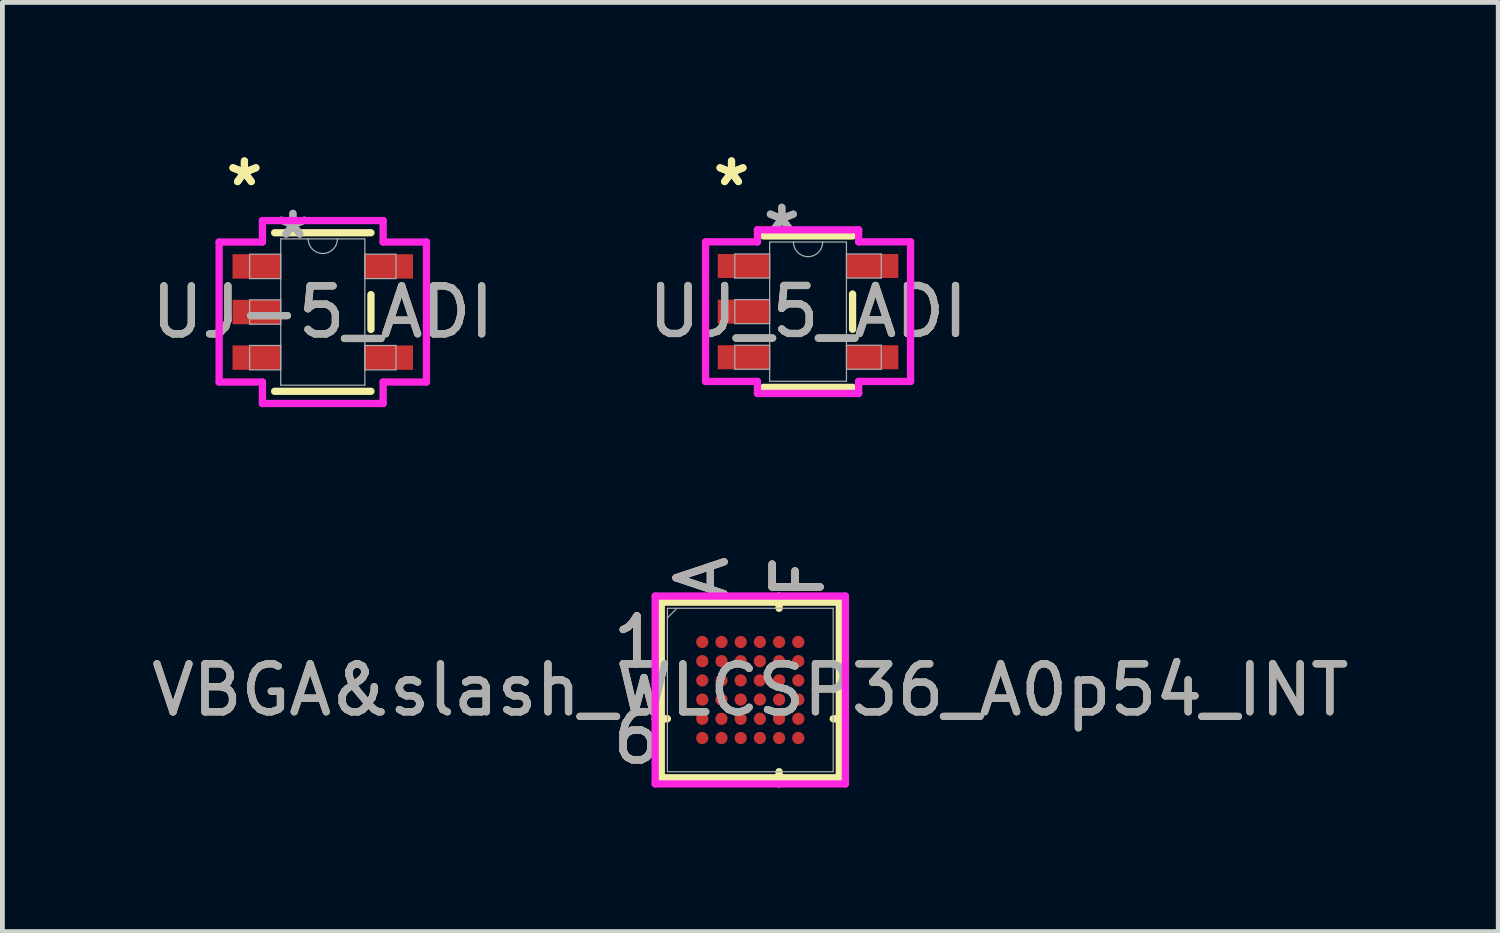
<source format=kicad_pcb>
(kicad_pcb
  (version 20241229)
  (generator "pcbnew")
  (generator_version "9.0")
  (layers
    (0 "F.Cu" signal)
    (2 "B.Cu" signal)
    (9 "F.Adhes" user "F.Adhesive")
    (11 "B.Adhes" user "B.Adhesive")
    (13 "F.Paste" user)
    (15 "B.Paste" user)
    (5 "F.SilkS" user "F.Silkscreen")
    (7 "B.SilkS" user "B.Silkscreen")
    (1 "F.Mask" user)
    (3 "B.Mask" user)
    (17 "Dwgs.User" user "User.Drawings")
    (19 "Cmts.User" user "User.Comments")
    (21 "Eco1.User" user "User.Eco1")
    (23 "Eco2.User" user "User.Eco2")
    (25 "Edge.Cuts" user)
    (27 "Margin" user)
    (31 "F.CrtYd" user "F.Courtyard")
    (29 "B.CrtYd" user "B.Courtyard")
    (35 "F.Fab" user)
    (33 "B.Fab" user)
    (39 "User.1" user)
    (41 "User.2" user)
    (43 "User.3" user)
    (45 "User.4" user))
  (footprint "UJ_5_ADI"
    (layer "F.Cu")
    (at 13.78 3.441)
    (property "Reference" "UJ_5_ADI" (at 0 0 0) (unlocked yes) (layer "F.SilkS") (effects (font (size 1 1) (thickness 0.15))))
    (attr smd)
    (fp_line (start -0.927 1.577) (end 0.927 1.577) (stroke (width 0.152) (type solid)) (layer "F.SilkS"))
    (fp_line (start 0.927 -1.577) (end -0.927 -1.577) (stroke (width 0.152) (type solid)) (layer "F.SilkS"))
    (fp_line (start 0.927 0.367) (end 0.927 -0.367) (stroke (width 0.152) (type solid)) (layer "F.SilkS"))
    (fp_line (start -2.135 -1.454) (end -1.054 -1.454) (stroke (width 0.152) (type solid)) (layer "F.CrtYd"))
    (fp_line (start -2.135 1.454) (end -2.135 -1.454) (stroke (width 0.152) (type solid)) (layer "F.CrtYd"))
    (fp_line (start -1.054 -1.704) (end 1.054 -1.704) (stroke (width 0.152) (type solid)) (layer "F.CrtYd"))
    (fp_line (start -1.054 -1.454) (end -1.054 -1.704) (stroke (width 0.152) (type solid)) (layer "F.CrtYd"))
    (fp_line (start -1.054 1.454) (end -2.135 1.454) (stroke (width 0.152) (type solid)) (layer "F.CrtYd"))
    (fp_line (start -1.054 1.704) (end -1.054 1.454) (stroke (width 0.152) (type solid)) (layer "F.CrtYd"))
    (fp_line (start 1.054 -1.704) (end 1.054 -1.454) (stroke (width 0.152) (type solid)) (layer "F.CrtYd"))
    (fp_line (start 1.054 -1.454) (end 2.135 -1.454) (stroke (width 0.152) (type solid)) (layer "F.CrtYd"))
    (fp_line (start 1.054 1.454) (end 1.054 1.704) (stroke (width 0.152) (type solid)) (layer "F.CrtYd"))
    (fp_line (start 1.054 1.704) (end -1.054 1.704) (stroke (width 0.152) (type solid)) (layer "F.CrtYd"))
    (fp_line (start 2.135 -1.454) (end 2.135 1.454) (stroke (width 0.152) (type solid)) (layer "F.CrtYd"))
    (fp_line (start 2.135 1.454) (end 1.054 1.454) (stroke (width 0.152) (type solid)) (layer "F.CrtYd"))
    (fp_line (start -1.525 -1.2) (end -1.525 -0.7) (stroke (width 0.025) (type solid)) (layer "F.Fab"))
    (fp_line (start -1.525 -0.7) (end -0.8 -0.7) (stroke (width 0.025) (type solid)) (layer "F.Fab"))
    (fp_line (start -1.525 -0.25) (end -1.525 0.25) (stroke (width 0.025) (type solid)) (layer "F.Fab"))
    (fp_line (start -1.525 0.25) (end -0.8 0.25) (stroke (width 0.025) (type solid)) (layer "F.Fab"))
    (fp_line (start -1.525 0.7) (end -1.525 1.2) (stroke (width 0.025) (type solid)) (layer "F.Fab"))
    (fp_line (start -1.525 1.2) (end -0.8 1.2) (stroke (width 0.025) (type solid)) (layer "F.Fab"))
    (fp_line (start -0.8 -1.45) (end -0.8 1.45) (stroke (width 0.025) (type solid)) (layer "F.Fab"))
    (fp_line (start -0.8 -1.2) (end -1.525 -1.2) (stroke (width 0.025) (type solid)) (layer "F.Fab"))
    (fp_line (start -0.8 -0.7) (end -0.8 -1.2) (stroke (width 0.025) (type solid)) (layer "F.Fab"))
    (fp_line (start -0.8 -0.25) (end -1.525 -0.25) (stroke (width 0.025) (type solid)) (layer "F.Fab"))
    (fp_line (start -0.8 0.25) (end -0.8 -0.25) (stroke (width 0.025) (type solid)) (layer "F.Fab"))
    (fp_line (start -0.8 0.7) (end -1.525 0.7) (stroke (width 0.025) (type solid)) (layer "F.Fab"))
    (fp_line (start -0.8 1.2) (end -0.8 0.7) (stroke (width 0.025) (type solid)) (layer "F.Fab"))
    (fp_line (start -0.8 1.45) (end 0.8 1.45) (stroke (width 0.025) (type solid)) (layer "F.Fab"))
    (fp_line (start 0.8 -1.45) (end -0.8 -1.45) (stroke (width 0.025) (type solid)) (layer "F.Fab"))
    (fp_line (start 0.8 -1.2) (end 0.8 -0.7) (stroke (width 0.025) (type solid)) (layer "F.Fab"))
    (fp_line (start 0.8 -0.7) (end 1.525 -0.7) (stroke (width 0.025) (type solid)) (layer "F.Fab"))
    (fp_line (start 0.8 0.7) (end 0.8 1.2) (stroke (width 0.025) (type solid)) (layer "F.Fab"))
    (fp_line (start 0.8 1.2) (end 1.525 1.2) (stroke (width 0.025) (type solid)) (layer "F.Fab"))
    (fp_line (start 0.8 1.45) (end 0.8 -1.45) (stroke (width 0.025) (type solid)) (layer "F.Fab"))
    (fp_line (start 1.525 -1.2) (end 0.8 -1.2) (stroke (width 0.025) (type solid)) (layer "F.Fab"))
    (fp_line (start 1.525 -0.7) (end 1.525 -1.2) (stroke (width 0.025) (type solid)) (layer "F.Fab"))
    (fp_line (start 1.525 0.7) (end 0.8 0.7) (stroke (width 0.025) (type solid)) (layer "F.Fab"))
    (fp_line (start 1.525 1.2) (end 1.525 0.7) (stroke (width 0.025) (type solid)) (layer "F.Fab"))
    (fp_arc (start 0.3048 -1.45) (mid 0 -1.1452) (end -0.3048 -1.45) (stroke (width 0.0254) (type solid)) (layer "F.Fab"))
    (fp_text user "*" (at -1.594 -2.593 0) (layer "F.SilkS") (effects (font (size 1 1) (thickness 0.15))))
    (fp_text user "*" (at -1.594 -2.593 0) (unlocked yes) (layer "F.SilkS") (effects (font (size 1 1) (thickness 0.15))))
    (fp_text user "*" (at -0.546 -1.628 0) (layer "F.Fab") (effects (font (size 1 1) (thickness 0.15))))
    (fp_text user "${REFERENCE}" (at 0 0 0) (unlocked yes) (layer "F.Fab") (effects (font (size 1 1) (thickness 0.15))))
    (fp_text user "*" (at -0.546 -1.628 0) (unlocked yes) (layer "F.Fab") (effects (font (size 1 1) (thickness 0.15))))
    (pad "1" smd rect (at -1.34 -0.95) (size 1.081 0.5) (layers "F.Cu" "F.Mask" "F.Paste"))
    (pad "2" smd rect (at -1.34 0) (size 1.081 0.5) (layers "F.Cu" "F.Mask" "F.Paste"))
    (pad "3" smd rect (at -1.34 0.95) (size 1.081 0.5) (layers "F.Cu" "F.Mask" "F.Paste"))
    (pad "4" smd rect (at 1.34 0.95) (size 1.081 0.5) (layers "F.Cu" "F.Mask" "F.Paste"))
    (pad "5" smd rect (at 1.34 -0.95) (size 1.081 0.5) (layers "F.Cu" "F.Mask" "F.Paste")))
  (footprint "UJ-5_ADI"
    (layer "F.Cu")
    (at 3.673 3.449)
    (property "Reference" "UJ-5_ADI" (at 0 0 0) (unlocked yes) (layer "F.SilkS") (effects (font (size 1 1) (thickness 0.15))))
    (attr smd)
    (fp_line (start -1.003 1.651) (end 1.003 1.651) (stroke (width 0.152) (type solid)) (layer "F.SilkS"))
    (fp_line (start 1.003 -1.651) (end -1.003 -1.651) (stroke (width 0.152) (type solid)) (layer "F.SilkS"))
    (fp_line (start 1.003 0.363) (end 1.003 -0.363) (stroke (width 0.152) (type solid)) (layer "F.SilkS"))
    (fp_line (start -2.159 -1.458) (end -1.257 -1.458) (stroke (width 0.152) (type solid)) (layer "F.CrtYd"))
    (fp_line (start -2.159 1.458) (end -2.159 -1.458) (stroke (width 0.152) (type solid)) (layer "F.CrtYd"))
    (fp_line (start -1.257 -1.905) (end 1.257 -1.905) (stroke (width 0.152) (type solid)) (layer "F.CrtYd"))
    (fp_line (start -1.257 -1.458) (end -1.257 -1.905) (stroke (width 0.152) (type solid)) (layer "F.CrtYd"))
    (fp_line (start -1.257 1.458) (end -2.159 1.458) (stroke (width 0.152) (type solid)) (layer "F.CrtYd"))
    (fp_line (start -1.257 1.905) (end -1.257 1.458) (stroke (width 0.152) (type solid)) (layer "F.CrtYd"))
    (fp_line (start 1.257 -1.905) (end 1.257 -1.458) (stroke (width 0.152) (type solid)) (layer "F.CrtYd"))
    (fp_line (start 1.257 -1.458) (end 2.159 -1.458) (stroke (width 0.152) (type solid)) (layer "F.CrtYd"))
    (fp_line (start 1.257 1.458) (end 1.257 1.905) (stroke (width 0.152) (type solid)) (layer "F.CrtYd"))
    (fp_line (start 1.257 1.905) (end -1.257 1.905) (stroke (width 0.152) (type solid)) (layer "F.CrtYd"))
    (fp_line (start 2.159 -1.458) (end 2.159 1.458) (stroke (width 0.152) (type solid)) (layer "F.CrtYd"))
    (fp_line (start 2.159 1.458) (end 1.257 1.458) (stroke (width 0.152) (type solid)) (layer "F.CrtYd"))
    (fp_line (start -1.524 -1.204) (end -1.524 -0.696) (stroke (width 0.025) (type solid)) (layer "F.Fab"))
    (fp_line (start -1.524 -0.696) (end -0.876 -0.696) (stroke (width 0.025) (type solid)) (layer "F.Fab"))
    (fp_line (start -1.524 -0.254) (end -1.524 0.254) (stroke (width 0.025) (type solid)) (layer "F.Fab"))
    (fp_line (start -1.524 0.254) (end -0.876 0.254) (stroke (width 0.025) (type solid)) (layer "F.Fab"))
    (fp_line (start -1.524 0.696) (end -1.524 1.204) (stroke (width 0.025) (type solid)) (layer "F.Fab"))
    (fp_line (start -1.524 1.204) (end -0.876 1.204) (stroke (width 0.025) (type solid)) (layer "F.Fab"))
    (fp_line (start -0.876 -1.524) (end -0.876 1.524) (stroke (width 0.025) (type solid)) (layer "F.Fab"))
    (fp_line (start -0.876 -1.204) (end -1.524 -1.204) (stroke (width 0.025) (type solid)) (layer "F.Fab"))
    (fp_line (start -0.876 -0.696) (end -0.876 -1.204) (stroke (width 0.025) (type solid)) (layer "F.Fab"))
    (fp_line (start -0.876 -0.254) (end -1.524 -0.254) (stroke (width 0.025) (type solid)) (layer "F.Fab"))
    (fp_line (start -0.876 0.254) (end -0.876 -0.254) (stroke (width 0.025) (type solid)) (layer "F.Fab"))
    (fp_line (start -0.876 0.696) (end -1.524 0.696) (stroke (width 0.025) (type solid)) (layer "F.Fab"))
    (fp_line (start -0.876 1.204) (end -0.876 0.696) (stroke (width 0.025) (type solid)) (layer "F.Fab"))
    (fp_line (start -0.876 1.524) (end 0.876 1.524) (stroke (width 0.025) (type solid)) (layer "F.Fab"))
    (fp_line (start 0.876 -1.524) (end -0.876 -1.524) (stroke (width 0.025) (type solid)) (layer "F.Fab"))
    (fp_line (start 0.876 -1.204) (end 0.876 -0.696) (stroke (width 0.025) (type solid)) (layer "F.Fab"))
    (fp_line (start 0.876 -0.696) (end 1.524 -0.696) (stroke (width 0.025) (type solid)) (layer "F.Fab"))
    (fp_line (start 0.876 0.696) (end 0.876 1.204) (stroke (width 0.025) (type solid)) (layer "F.Fab"))
    (fp_line (start 0.876 1.204) (end 1.524 1.204) (stroke (width 0.025) (type solid)) (layer "F.Fab"))
    (fp_line (start 0.876 1.524) (end 0.876 -1.524) (stroke (width 0.025) (type solid)) (layer "F.Fab"))
    (fp_line (start 1.524 -1.204) (end 0.876 -1.204) (stroke (width 0.025) (type solid)) (layer "F.Fab"))
    (fp_line (start 1.524 -0.696) (end 1.524 -1.204) (stroke (width 0.025) (type solid)) (layer "F.Fab"))
    (fp_line (start 1.524 0.696) (end 0.876 0.696) (stroke (width 0.025) (type solid)) (layer "F.Fab"))
    (fp_line (start 1.524 1.204) (end 1.524 0.696) (stroke (width 0.025) (type solid)) (layer "F.Fab"))
    (fp_arc (start 0.3048 -1.524) (mid 0 -1.2192) (end -0.3048 -1.524) (stroke (width 0.0254) (type solid)) (layer "F.Fab"))
    (fp_text user "*" (at -1.632 -2.601 0) (unlocked yes) (layer "F.SilkS") (effects (font (size 1 1) (thickness 0.15))))
    (fp_text user "*" (at -1.632 -2.601 0) (layer "F.SilkS") (effects (font (size 1 1) (thickness 0.15))))
    (fp_text user "*" (at -0.622 -1.509 0) (layer "F.Fab") (effects (font (size 1 1) (thickness 0.15))))
    (fp_text user "*" (at -0.622 -1.509 0) (unlocked yes) (layer "F.Fab") (effects (font (size 1 1) (thickness 0.15))))
    (fp_text user "${REFERENCE}" (at 0 0 0) (unlocked yes) (layer "F.Fab") (effects (font (size 1 1) (thickness 0.15))))
    (pad "1" smd rect (at -1.378 -0.95) (size 1.003 0.508) (layers "F.Cu" "F.Mask" "F.Paste"))
    (pad "2" smd rect (at -1.378 0) (size 1.003 0.508) (layers "F.Cu" "F.Mask" "F.Paste"))
    (pad "3" smd rect (at -1.378 0.95) (size 1.003 0.508) (layers "F.Cu" "F.Mask" "F.Paste"))
    (pad "4" smd rect (at 1.378 0.95) (size 1.003 0.508) (layers "F.Cu" "F.Mask" "F.Paste"))
    (pad "5" smd rect (at 1.378 -0.95) (size 1.003 0.508) (layers "F.Cu" "F.Mask" "F.Paste")))
  (footprint "VBGA&slash_WLCSP36_A0p54_INT"
    (layer "F.Cu")
    (at 12.577 11.321)
    (property "Reference" "VBGA&slash_WLCSP36_A0p54_INT" (at 0 0 0) (unlocked yes) (layer "F.SilkS") (effects (font (size 1 1) (thickness 0.15))))
    (attr smd)
    (fp_line (start -1.854 -1.829) (end -1.854 1.829) (stroke (width 0.152) (type solid)) (layer "F.SilkS"))
    (fp_line (start -1.854 1.829) (end 1.854 1.829) (stroke (width 0.152) (type solid)) (layer "F.SilkS"))
    (fp_line (start -1.727 0.6) (end -1.981 0.6) (stroke (width 0.152) (type solid)) (layer "F.SilkS"))
    (fp_line (start 0.6 -1.702) (end 0.6 -1.956) (stroke (width 0.152) (type solid)) (layer "F.SilkS"))
    (fp_line (start 0.6 1.702) (end 0.6 1.956) (stroke (width 0.152) (type solid)) (layer "F.SilkS"))
    (fp_line (start 1.727 0.6) (end 1.981 0.6) (stroke (width 0.152) (type solid)) (layer "F.SilkS"))
    (fp_line (start 1.854 -1.829) (end -1.854 -1.829) (stroke (width 0.152) (type solid)) (layer "F.SilkS"))
    (fp_line (start 1.854 1.829) (end 1.854 -1.829) (stroke (width 0.152) (type solid)) (layer "F.SilkS"))
    (fp_poly (pts (xy -1.645 -1.645) (xy 1.645 -1.645) (xy 1.645 1.645) (xy -1.645 1.645)) (stroke (width 0.1) (type solid)) (fill no) (layer "Eco2.User"))
    (fp_line (start -1.981 -1.956) (end 1.981 -1.956) (stroke (width 0.152) (type solid)) (layer "F.CrtYd"))
    (fp_line (start -1.981 1.956) (end -1.981 -1.956) (stroke (width 0.152) (type solid)) (layer "F.CrtYd"))
    (fp_line (start 1.981 -1.956) (end 1.981 1.956) (stroke (width 0.152) (type solid)) (layer "F.CrtYd"))
    (fp_line (start 1.981 1.956) (end -1.981 1.956) (stroke (width 0.152) (type solid)) (layer "F.CrtYd"))
    (fp_line (start -1.727 -1.702) (end -1.727 1.702) (stroke (width 0.025) (type solid)) (layer "F.Fab"))
    (fp_line (start -1.727 1.702) (end 1.727 1.702) (stroke (width 0.025) (type solid)) (layer "F.Fab"))
    (fp_line (start -1.527 -1.702) (end -1.727 -1.502) (stroke (width 0.025) (type solid)) (layer "F.Fab"))
    (fp_line (start 1.727 -1.702) (end -1.727 -1.702) (stroke (width 0.025) (type solid)) (layer "F.Fab"))
    (fp_line (start 1.727 1.702) (end 1.727 -1.702) (stroke (width 0.025) (type solid)) (layer "F.Fab"))
    (fp_text user "A" (at -1 -2.337 90) (unlocked yes) (layer "F.SilkS") (effects (font (size 1 1) (thickness 0.15))))
    (fp_text user "F" (at 1 -2.337 90) (unlocked yes) (layer "F.SilkS") (effects (font (size 1 1) (thickness 0.15))))
    (fp_text user "1" (at -2.362 -1 0) (unlocked yes) (layer "F.SilkS") (effects (font (size 1 1) (thickness 0.15))))
    (fp_text user "6" (at -2.362 1 0) (unlocked yes) (layer "F.SilkS") (effects (font (size 1 1) (thickness 0.15))))
    (fp_text user "F" (at 1 -2.337 90) (unlocked yes) (layer "B.SilkS") (effects (font (size 1 1) (thickness 0.15))))
    (fp_text user "6" (at -2.362 1 0) (unlocked yes) (layer "B.SilkS") (effects (font (size 1 1) (thickness 0.15))))
    (fp_text user "1" (at -2.362 -1 0) (unlocked yes) (layer "B.SilkS") (effects (font (size 1 1) (thickness 0.15))))
    (fp_text user "A" (at -1 -2.337 90) (unlocked yes) (layer "B.SilkS") (effects (font (size 1 1) (thickness 0.15))))
    (fp_text user "A" (at -1 -2.337 90) (unlocked yes) (layer "F.Fab") (effects (font (size 1 1) (thickness 0.15))))
    (fp_text user "6" (at -2.362 1 0) (unlocked yes) (layer "F.Fab") (effects (font (size 1 1) (thickness 0.15))))
    (fp_text user "${REFERENCE}" (at 0 0 0) (unlocked yes) (layer "F.Fab") (effects (font (size 1 1) (thickness 0.15))))
    (fp_text user "F" (at 1 -2.337 90) (unlocked yes) (layer "F.Fab") (effects (font (size 1 1) (thickness 0.15))))
    (fp_text user "1" (at -2.362 -1 0) (unlocked yes) (layer "F.Fab") (effects (font (size 1 1) (thickness 0.15))))
    (pad "A1" smd circle (at -1 -1) (size 0.254 0.254) (layers "F.Cu" "F.Mask" "F.Paste"))
    (pad "A2" smd circle (at -1 -0.6) (size 0.254 0.254) (layers "F.Cu" "F.Mask" "F.Paste"))
    (pad "A3" smd circle (at -1 -0.2) (size 0.254 0.254) (layers "F.Cu" "F.Mask" "F.Paste"))
    (pad "A4" smd circle (at -1 0.2) (size 0.254 0.254) (layers "F.Cu" "F.Mask" "F.Paste"))
    (pad "A5" smd circle (at -1 0.6) (size 0.254 0.254) (layers "F.Cu" "F.Mask" "F.Paste"))
    (pad "A6" smd circle (at -1 1) (size 0.254 0.254) (layers "F.Cu" "F.Mask" "F.Paste"))
    (pad "B1" smd circle (at -0.6 -1) (size 0.254 0.254) (layers "F.Cu" "F.Mask" "F.Paste"))
    (pad "B2" smd circle (at -0.6 -0.6) (size 0.254 0.254) (layers "F.Cu" "F.Mask" "F.Paste"))
    (pad "B3" smd circle (at -0.6 -0.2) (size 0.254 0.254) (layers "F.Cu" "F.Mask" "F.Paste"))
    (pad "B4" smd circle (at -0.6 0.2) (size 0.254 0.254) (layers "F.Cu" "F.Mask" "F.Paste"))
    (pad "B5" smd circle (at -0.6 0.6) (size 0.254 0.254) (layers "F.Cu" "F.Mask" "F.Paste"))
    (pad "B6" smd circle (at -0.6 1) (size 0.254 0.254) (layers "F.Cu" "F.Mask" "F.Paste"))
    (pad "C1" smd circle (at -0.2 -1) (size 0.254 0.254) (layers "F.Cu" "F.Mask" "F.Paste"))
    (pad "C2" smd circle (at -0.2 -0.6) (size 0.254 0.254) (layers "F.Cu" "F.Mask" "F.Paste"))
    (pad "C3" smd circle (at -0.2 -0.2) (size 0.254 0.254) (layers "F.Cu" "F.Mask" "F.Paste"))
    (pad "C4" smd circle (at -0.2 0.2) (size 0.254 0.254) (layers "F.Cu" "F.Mask" "F.Paste"))
    (pad "C5" smd circle (at -0.2 0.6) (size 0.254 0.254) (layers "F.Cu" "F.Mask" "F.Paste"))
    (pad "C6" smd circle (at -0.2 1) (size 0.254 0.254) (layers "F.Cu" "F.Mask" "F.Paste"))
    (pad "D1" smd circle (at 0.2 -1) (size 0.254 0.254) (layers "F.Cu" "F.Mask" "F.Paste"))
    (pad "D2" smd circle (at 0.2 -0.6) (size 0.254 0.254) (layers "F.Cu" "F.Mask" "F.Paste"))
    (pad "D3" smd circle (at 0.2 -0.2) (size 0.254 0.254) (layers "F.Cu" "F.Mask" "F.Paste"))
    (pad "D4" smd circle (at 0.2 0.2) (size 0.254 0.254) (layers "F.Cu" "F.Mask" "F.Paste"))
    (pad "D5" smd circle (at 0.2 0.6) (size 0.254 0.254) (layers "F.Cu" "F.Mask" "F.Paste"))
    (pad "D6" smd circle (at 0.2 1) (size 0.254 0.254) (layers "F.Cu" "F.Mask" "F.Paste"))
    (pad "E1" smd circle (at 0.6 -1) (size 0.254 0.254) (layers "F.Cu" "F.Mask" "F.Paste"))
    (pad "E2" smd circle (at 0.6 -0.6) (size 0.254 0.254) (layers "F.Cu" "F.Mask" "F.Paste"))
    (pad "E3" smd circle (at 0.6 -0.2) (size 0.254 0.254) (layers "F.Cu" "F.Mask" "F.Paste"))
    (pad "E4" smd circle (at 0.6 0.2) (size 0.254 0.254) (layers "F.Cu" "F.Mask" "F.Paste"))
    (pad "E5" smd circle (at 0.6 0.6) (size 0.254 0.254) (layers "F.Cu" "F.Mask" "F.Paste"))
    (pad "E6" smd circle (at 0.6 1) (size 0.254 0.254) (layers "F.Cu" "F.Mask" "F.Paste"))
    (pad "F1" smd circle (at 1 -1) (size 0.254 0.254) (layers "F.Cu" "F.Mask" "F.Paste"))
    (pad "F2" smd circle (at 1 -0.6) (size 0.254 0.254) (layers "F.Cu" "F.Mask" "F.Paste"))
    (pad "F3" smd circle (at 1 -0.2) (size 0.254 0.254) (layers "F.Cu" "F.Mask" "F.Paste"))
    (pad "F4" smd circle (at 1 0.2) (size 0.254 0.254) (layers "F.Cu" "F.Mask" "F.Paste"))
    (pad "F5" smd circle (at 1 0.6) (size 0.254 0.254) (layers "F.Cu" "F.Mask" "F.Paste"))
    (pad "F6" smd circle (at 1 1) (size 0.254 0.254) (layers "F.Cu" "F.Mask" "F.Paste")))
  (gr_rect
    (start -3 -3)
    (end 28.155 16.353)
    (stroke (width 0.1) (type default))
    (fill no)
    (layer "Edge.Cuts")))
</source>
